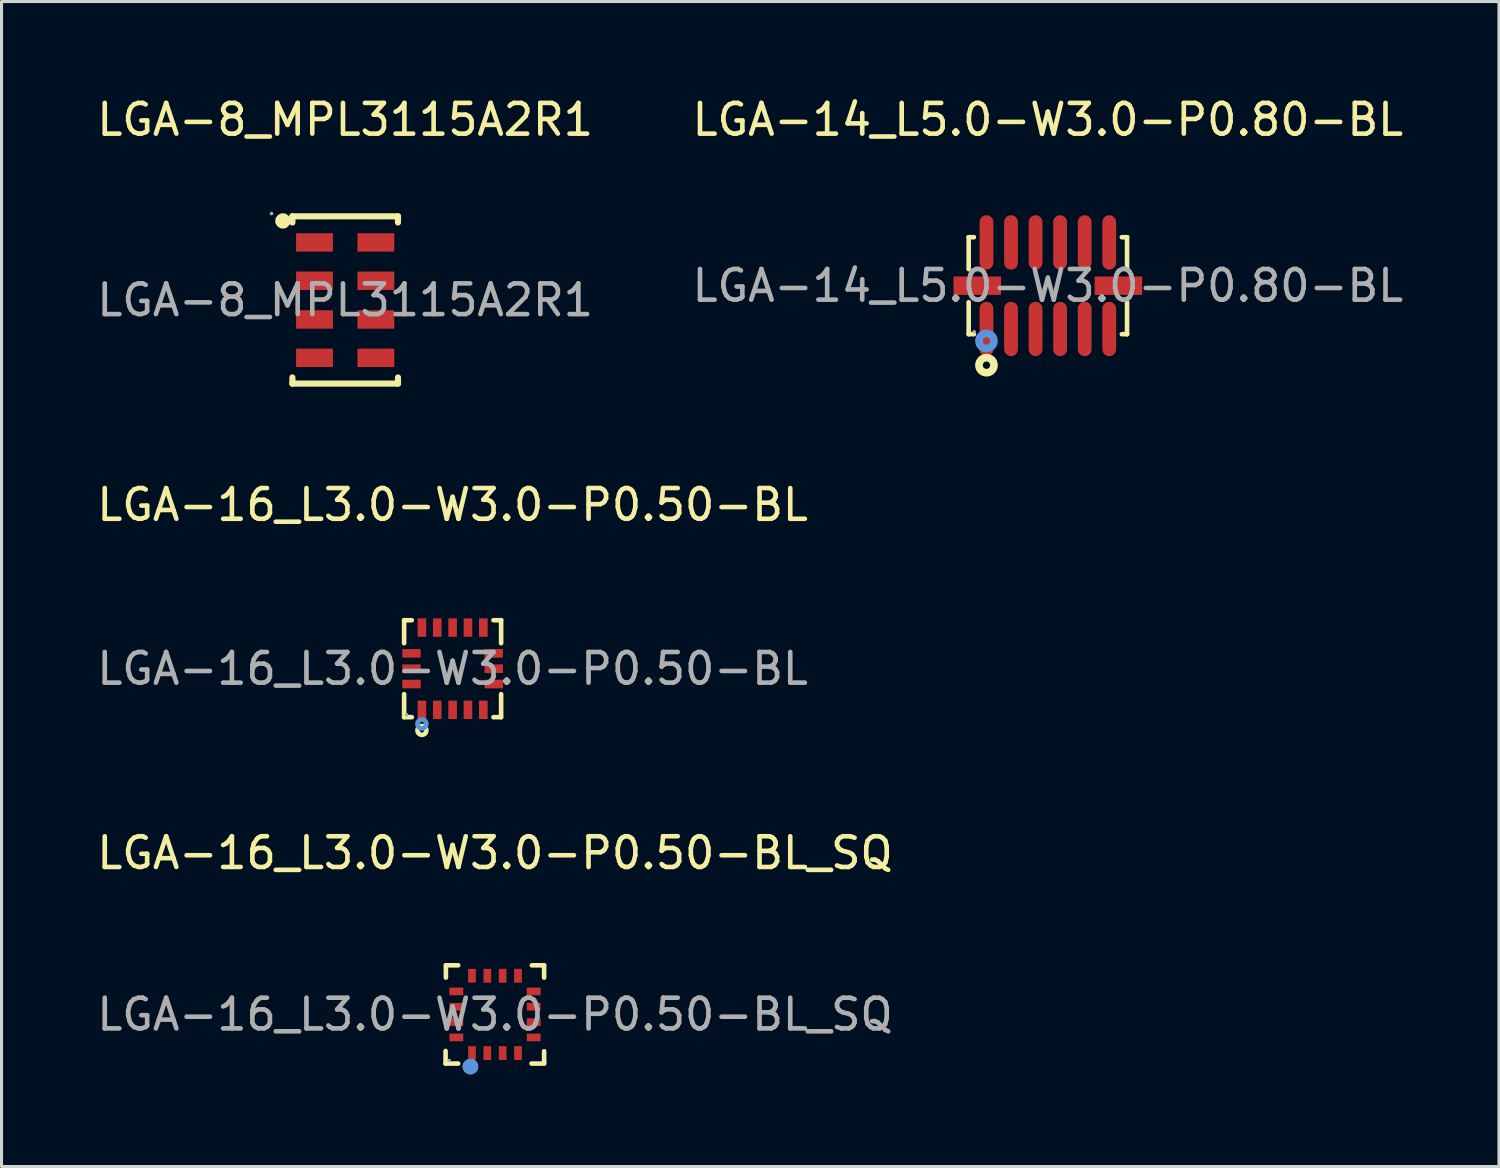
<source format=kicad_pcb>
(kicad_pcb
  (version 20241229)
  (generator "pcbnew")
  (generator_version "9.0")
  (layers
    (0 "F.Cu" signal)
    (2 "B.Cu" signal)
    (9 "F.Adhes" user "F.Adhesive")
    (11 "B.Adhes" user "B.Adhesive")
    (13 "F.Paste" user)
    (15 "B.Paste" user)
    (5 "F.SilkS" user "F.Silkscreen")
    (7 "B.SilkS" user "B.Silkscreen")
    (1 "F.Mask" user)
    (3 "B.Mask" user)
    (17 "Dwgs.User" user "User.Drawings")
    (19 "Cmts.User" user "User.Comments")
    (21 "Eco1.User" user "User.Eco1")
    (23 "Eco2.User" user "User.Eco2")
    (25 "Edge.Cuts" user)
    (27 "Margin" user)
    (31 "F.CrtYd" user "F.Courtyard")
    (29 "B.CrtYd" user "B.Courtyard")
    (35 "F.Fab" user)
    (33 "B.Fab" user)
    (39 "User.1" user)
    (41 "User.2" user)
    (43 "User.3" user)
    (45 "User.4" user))
  (footprint "LGA-16_L3.0-W3.0-P0.50-BL_SQ"
    (layer "F.Cu")
    (at 13.077 30)
    (property "Reference" "LGA-16_L3.0-W3.0-P0.50-BL_SQ" (at 0 -5.26 0) (layer "F.SilkS") (effects (font (size 1 1) (thickness 0.15))))
    (attr through_hole)
    (fp_line (start -1.61 1.6) (end -1.61 1.19) (stroke (width 0.15) (type solid)) (layer "F.SilkS"))
    (fp_line (start -1.6 -1.6) (end -1.2 -1.6) (stroke (width 0.15) (type solid)) (layer "F.SilkS"))
    (fp_line (start -1.6 -1.2) (end -1.6 -1.6) (stroke (width 0.15) (type solid)) (layer "F.SilkS"))
    (fp_line (start -1.2 1.6) (end -1.61 1.6) (stroke (width 0.15) (type solid)) (layer "F.SilkS"))
    (fp_line (start 1.2 -1.6) (end 1.6 -1.6) (stroke (width 0.15) (type solid)) (layer "F.SilkS"))
    (fp_line (start 1.6 -1.6) (end 1.6 -1.2) (stroke (width 0.15) (type solid)) (layer "F.SilkS"))
    (fp_line (start 1.6 1.2) (end 1.6 1.6) (stroke (width 0.15) (type solid)) (layer "F.SilkS"))
    (fp_line (start 1.6 1.6) (end 1.19 1.6) (stroke (width 0.15) (type solid)) (layer "F.SilkS"))
    (fp_arc (start -0.8 1.7) (mid -0.8 1.7) (end -0.8 1.7) (stroke (width 0.25) (type solid)) (layer "F.SilkS"))
    (fp_circle (center -0.8 1.7) (end -0.67 1.7) (stroke (width 0.25) (type solid)) (fill no) (layer "Cmts.User"))
    (fp_circle (center -1.5 1.5) (end -1.47 1.5) (stroke (width 0.06) (type solid)) (fill no) (layer "F.Fab"))
    (fp_text user "${REFERENCE}" (at 0 0 0) (layer "F.Fab") (effects (font (size 1 1) (thickness 0.15))))
    (pad "1" smd rect (at -0.75 1.26 180) (size 0.25 0.45) (layers "F.Cu" "F.Mask" "F.Paste"))
    (pad "2" smd rect (at -0.25 1.26 180) (size 0.25 0.45) (layers "F.Cu" "F.Mask" "F.Paste"))
    (pad "3" smd rect (at 0.25 1.26 180) (size 0.25 0.45) (layers "F.Cu" "F.Mask" "F.Paste"))
    (pad "4" smd rect (at 0.75 1.26 180) (size 0.25 0.45) (layers "F.Cu" "F.Mask" "F.Paste"))
    (pad "5" smd rect (at 1.26 0.75 90) (size 0.25 0.45) (layers "F.Cu" "F.Mask" "F.Paste"))
    (pad "6" smd rect (at 1.26 0.25 90) (size 0.25 0.45) (layers "F.Cu" "F.Mask" "F.Paste"))
    (pad "7" smd rect (at 1.26 -0.25 90) (size 0.25 0.45) (layers "F.Cu" "F.Mask" "F.Paste"))
    (pad "8" smd rect (at 1.26 -0.75 90) (size 0.25 0.45) (layers "F.Cu" "F.Mask" "F.Paste"))
    (pad "9" smd rect (at 0.75 -1.26 180) (size 0.25 0.45) (layers "F.Cu" "F.Mask" "F.Paste"))
    (pad "10" smd rect (at 0.25 -1.26 180) (size 0.25 0.45) (layers "F.Cu" "F.Mask" "F.Paste"))
    (pad "11" smd rect (at -0.25 -1.26 180) (size 0.25 0.45) (layers "F.Cu" "F.Mask" "F.Paste"))
    (pad "12" smd rect (at -0.75 -1.26 180) (size 0.25 0.45) (layers "F.Cu" "F.Mask" "F.Paste"))
    (pad "13" smd rect (at -1.26 -0.75 90) (size 0.25 0.45) (layers "F.Cu" "F.Mask" "F.Paste"))
    (pad "14" smd rect (at -1.26 -0.25 90) (size 0.25 0.45) (layers "F.Cu" "F.Mask" "F.Paste"))
    (pad "15" smd rect (at -1.26 0.25 90) (size 0.25 0.45) (layers "F.Cu" "F.Mask" "F.Paste"))
    (pad "16" smd rect (at -1.26 0.75 90) (size 0.25 0.45) (layers "F.Cu" "F.Mask" "F.Paste")))
  (footprint "LGA-14_L5.0-W3.0-P0.80-BL"
    (layer "F.Cu")
    (at 31.089 6.258)
    (property "Reference" "LGA-14_L5.0-W3.0-P0.80-BL" (at 0 -5.41 0) (layer "F.SilkS") (effects (font (size 1 1) (thickness 0.15))))
    (attr through_hole)
    (fp_line (start -2.58 -1.58) (end -2.41 -1.58) (stroke (width 0.15) (type solid)) (layer "F.SilkS"))
    (fp_line (start -2.58 -0.54) (end -2.58 -1.58) (stroke (width 0.15) (type solid)) (layer "F.SilkS"))
    (fp_line (start -2.58 0.54) (end -2.58 1.58) (stroke (width 0.15) (type solid)) (layer "F.SilkS"))
    (fp_line (start -2.58 1.58) (end -2.41 1.58) (stroke (width 0.15) (type solid)) (layer "F.SilkS"))
    (fp_line (start 2.58 -1.58) (end 2.41 -1.58) (stroke (width 0.15) (type solid)) (layer "F.SilkS"))
    (fp_line (start 2.58 -0.54) (end 2.58 -1.58) (stroke (width 0.15) (type solid)) (layer "F.SilkS"))
    (fp_line (start 2.58 0.54) (end 2.58 1.58) (stroke (width 0.15) (type solid)) (layer "F.SilkS"))
    (fp_line (start 2.58 1.58) (end 2.41 1.58) (stroke (width 0.15) (type solid)) (layer "F.SilkS"))
    (fp_circle (center -2 2.59) (end -1.88 2.59) (stroke (width 0.25) (type solid)) (fill no) (layer "F.SilkS"))
    (fp_circle (center -2 1.8) (end -1.88 1.8) (stroke (width 0.25) (type solid)) (fill no) (layer "Cmts.User"))
    (fp_circle (center -2.4 1.5) (end -2.37 1.5) (stroke (width 0.06) (type solid)) (fill no) (layer "F.Fab"))
    (fp_text user "${REFERENCE}" (at 0 0 0) (layer "F.Fab") (effects (font (size 1 1) (thickness 0.15))))
    (pad "1" smd oval (at -2 1.41) (size 0.45 1.77) (layers "F.Cu" "F.Mask" "F.Paste"))
    (pad "2" smd oval (at -1.2 1.41) (size 0.45 1.77) (layers "F.Cu" "F.Mask" "F.Paste"))
    (pad "3" smd oval (at -0.4 1.41) (size 0.45 1.77) (layers "F.Cu" "F.Mask" "F.Paste"))
    (pad "4" smd oval (at 0.4 1.41) (size 0.45 1.77) (layers "F.Cu" "F.Mask" "F.Paste"))
    (pad "5" smd oval (at 1.2 1.41) (size 0.45 1.77) (layers "F.Cu" "F.Mask" "F.Paste"))
    (pad "6" smd oval (at 2 1.41) (size 0.45 1.77) (layers "F.Cu" "F.Mask" "F.Paste"))
    (pad "7" smd rect (at 2.3 0) (size 1.55 0.6) (layers "F.Cu" "F.Mask" "F.Paste"))
    (pad "8" smd oval (at 2 -1.41) (size 0.45 1.77) (layers "F.Cu" "F.Mask" "F.Paste"))
    (pad "9" smd oval (at 1.2 -1.41) (size 0.45 1.77) (layers "F.Cu" "F.Mask" "F.Paste"))
    (pad "10" smd oval (at 0.4 -1.41) (size 0.45 1.77) (layers "F.Cu" "F.Mask" "F.Paste"))
    (pad "11" smd oval (at -0.4 -1.41) (size 0.45 1.77) (layers "F.Cu" "F.Mask" "F.Paste"))
    (pad "12" smd oval (at -1.2 -1.41) (size 0.45 1.77) (layers "F.Cu" "F.Mask" "F.Paste"))
    (pad "13" smd oval (at -2 -1.41) (size 0.45 1.77) (layers "F.Cu" "F.Mask" "F.Paste"))
    (pad "14" smd rect (at -2.3 0) (size 1.55 0.6) (layers "F.Cu" "F.Mask" "F.Paste")))
  (footprint "LGA-8_MPL3115A2R1"
    (layer "F.Cu")
    (at 8.196 6.728)
    (property "Reference" "LGA-8_MPL3115A2R1" (at 0 -5.88 0) (layer "F.SilkS") (effects (font (size 1 1) (thickness 0.15))))
    (attr through_hole)
    (fp_line (start -1.72 -2.73) (end 1.72 -2.73) (stroke (width 0.2) (type solid)) (layer "F.SilkS"))
    (fp_line (start -1.72 -2.53) (end -1.72 -2.73) (stroke (width 0.2) (type solid)) (layer "F.SilkS"))
    (fp_line (start -1.72 2.72) (end -1.72 2.52) (stroke (width 0.2) (type solid)) (layer "F.SilkS"))
    (fp_line (start 1.72 -2.73) (end 1.72 -2.53) (stroke (width 0.2) (type solid)) (layer "F.SilkS"))
    (fp_line (start 1.72 2.52) (end 1.72 2.72) (stroke (width 0.2) (type solid)) (layer "F.SilkS"))
    (fp_line (start 1.72 2.72) (end -1.72 2.72) (stroke (width 0.2) (type solid)) (layer "F.SilkS"))
    (fp_arc (start -2.03 -2.58) (mid -2.03 -2.58) (end -2.03 -2.58) (stroke (width 0.25) (type solid)) (layer "F.SilkS"))
    (fp_circle (center -2.4 -2.82) (end -2.37 -2.82) (stroke (width 0.06) (type solid)) (fill no) (layer "F.Fab"))
    (fp_text user "${REFERENCE}" (at 0 0 0) (layer "F.Fab") (effects (font (size 1 1) (thickness 0.15))))
    (pad "1" smd rect (at -1 -1.88) (size 1.2 0.6) (layers "F.Cu" "F.Mask" "F.Paste"))
    (pad "2" smd rect (at -1 -0.63) (size 1.2 0.6) (layers "F.Cu" "F.Mask" "F.Paste"))
    (pad "3" smd rect (at -1 0.63) (size 1.2 0.6) (layers "F.Cu" "F.Mask" "F.Paste"))
    (pad "4" smd rect (at -1 1.88) (size 1.2 0.6) (layers "F.Cu" "F.Mask" "F.Paste"))
    (pad "5" smd rect (at 1 1.88) (size 1.2 0.6) (layers "F.Cu" "F.Mask" "F.Paste"))
    (pad "6" smd rect (at 1 0.63) (size 1.2 0.6) (layers "F.Cu" "F.Mask" "F.Paste"))
    (pad "7" smd rect (at 1 -0.63) (size 1.2 0.6) (layers "F.Cu" "F.Mask" "F.Paste"))
    (pad "8" smd rect (at 1 -1.88) (size 1.2 0.6) (layers "F.Cu" "F.Mask" "F.Paste")))
  (footprint "LGA-16_L3.0-W3.0-P0.50-BL"
    (layer "F.Cu")
    (at 11.696 18.736)
    (property "Reference" "LGA-16_L3.0-W3.0-P0.50-BL" (at 0 -5.34 0) (layer "F.SilkS") (effects (font (size 1 1) (thickness 0.15))))
    (attr through_hole)
    (fp_line (start -1.58 -1.58) (end -1.33 -1.58) (stroke (width 0.15) (type solid)) (layer "F.SilkS"))
    (fp_line (start -1.58 -0.83) (end -1.58 -1.58) (stroke (width 0.15) (type solid)) (layer "F.SilkS"))
    (fp_line (start -1.58 0.83) (end -1.58 1.58) (stroke (width 0.15) (type solid)) (layer "F.SilkS"))
    (fp_line (start -1.58 1.58) (end -1.33 1.58) (stroke (width 0.15) (type solid)) (layer "F.SilkS"))
    (fp_line (start 1.58 -1.58) (end 1.33 -1.58) (stroke (width 0.15) (type solid)) (layer "F.SilkS"))
    (fp_line (start 1.58 -0.83) (end 1.58 -1.58) (stroke (width 0.15) (type solid)) (layer "F.SilkS"))
    (fp_line (start 1.58 0.83) (end 1.58 1.58) (stroke (width 0.15) (type solid)) (layer "F.SilkS"))
    (fp_line (start 1.58 1.58) (end 1.33 1.58) (stroke (width 0.15) (type solid)) (layer "F.SilkS"))
    (fp_circle (center -1 2.01) (end -0.93 2.01) (stroke (width 0.15) (type solid)) (fill no) (layer "F.SilkS"))
    (fp_circle (center -1 1.8) (end -0.93 1.8) (stroke (width 0.15) (type solid)) (fill no) (layer "Cmts.User"))
    (fp_circle (center -1.5 1.5) (end -1.47 1.5) (stroke (width 0.06) (type solid)) (fill no) (layer "F.Fab"))
    (fp_text user "${REFERENCE}" (at 0 0 0) (layer "F.Fab") (effects (font (size 1 1) (thickness 0.15))))
    (pad "1" smd rect (at -1 1.34) (size 0.28 0.6) (layers "F.Cu" "F.Mask" "F.Paste"))
    (pad "2" smd rect (at -0.5 1.34) (size 0.28 0.6) (layers "F.Cu" "F.Mask" "F.Paste"))
    (pad "3" smd rect (at 0 1.34) (size 0.28 0.6) (layers "F.Cu" "F.Mask" "F.Paste"))
    (pad "4" smd rect (at 0.5 1.34) (size 0.28 0.6) (layers "F.Cu" "F.Mask" "F.Paste"))
    (pad "5" smd rect (at 1 1.34) (size 0.28 0.6) (layers "F.Cu" "F.Mask" "F.Paste"))
    (pad "6" smd rect (at 1.34 0.5) (size 0.6 0.28) (layers "F.Cu" "F.Mask" "F.Paste"))
    (pad "7" smd rect (at 1.34 0) (size 0.6 0.28) (layers "F.Cu" "F.Mask" "F.Paste"))
    (pad "8" smd rect (at 1.34 -0.5) (size 0.6 0.28) (layers "F.Cu" "F.Mask" "F.Paste"))
    (pad "9" smd rect (at 1 -1.34) (size 0.28 0.6) (layers "F.Cu" "F.Mask" "F.Paste"))
    (pad "10" smd rect (at 0.5 -1.34) (size 0.28 0.6) (layers "F.Cu" "F.Mask" "F.Paste"))
    (pad "11" smd rect (at 0 -1.34) (size 0.28 0.6) (layers "F.Cu" "F.Mask" "F.Paste"))
    (pad "12" smd rect (at -0.5 -1.34) (size 0.28 0.6) (layers "F.Cu" "F.Mask" "F.Paste"))
    (pad "13" smd rect (at -1 -1.34) (size 0.28 0.6) (layers "F.Cu" "F.Mask" "F.Paste"))
    (pad "14" smd rect (at -1.34 -0.5) (size 0.6 0.28) (layers "F.Cu" "F.Mask" "F.Paste"))
    (pad "15" smd rect (at -1.34 0) (size 0.6 0.28) (layers "F.Cu" "F.Mask" "F.Paste"))
    (pad "16" smd rect (at -1.34 0.5) (size 0.6 0.28) (layers "F.Cu" "F.Mask" "F.Paste")))
  (gr_rect
    (start -3 -3)
    (end 45.786 34.955)
    (stroke (width 0.1) (type default))
    (fill no)
    (layer "Edge.Cuts")))
</source>
